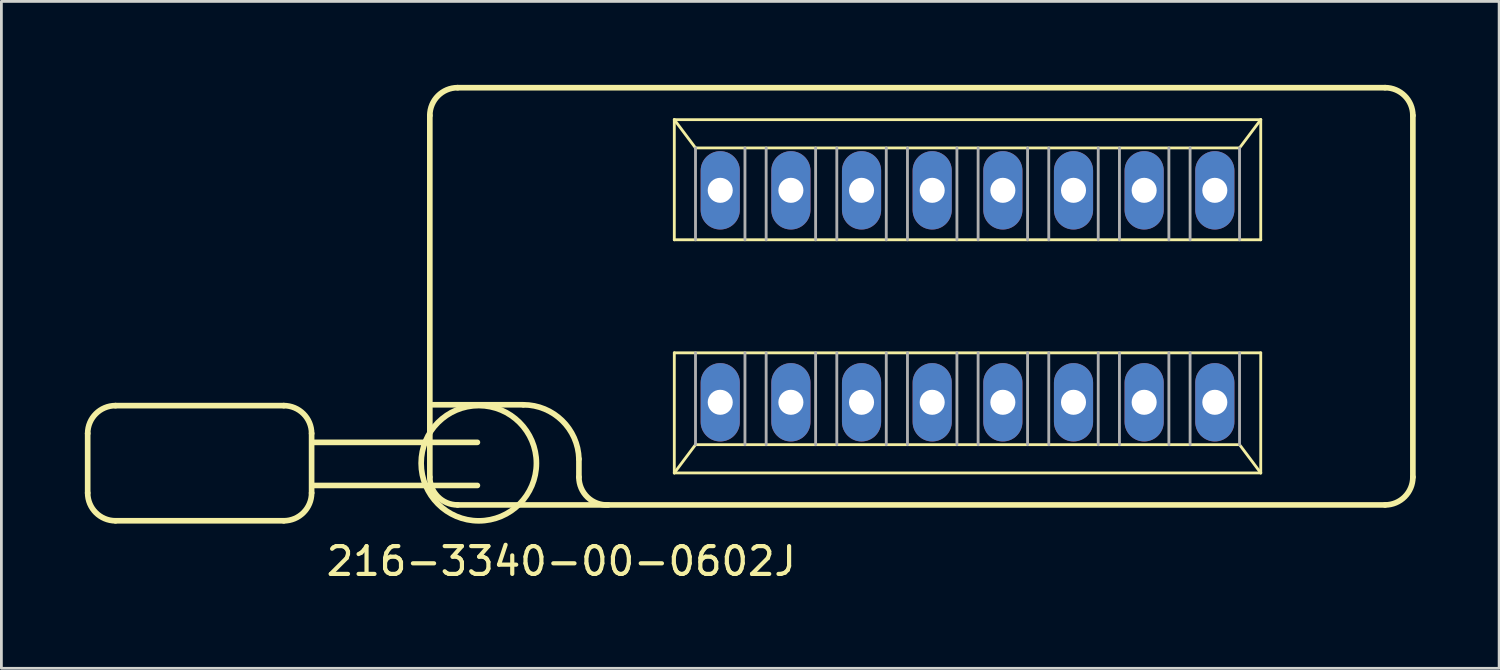
<source format=kicad_pcb>
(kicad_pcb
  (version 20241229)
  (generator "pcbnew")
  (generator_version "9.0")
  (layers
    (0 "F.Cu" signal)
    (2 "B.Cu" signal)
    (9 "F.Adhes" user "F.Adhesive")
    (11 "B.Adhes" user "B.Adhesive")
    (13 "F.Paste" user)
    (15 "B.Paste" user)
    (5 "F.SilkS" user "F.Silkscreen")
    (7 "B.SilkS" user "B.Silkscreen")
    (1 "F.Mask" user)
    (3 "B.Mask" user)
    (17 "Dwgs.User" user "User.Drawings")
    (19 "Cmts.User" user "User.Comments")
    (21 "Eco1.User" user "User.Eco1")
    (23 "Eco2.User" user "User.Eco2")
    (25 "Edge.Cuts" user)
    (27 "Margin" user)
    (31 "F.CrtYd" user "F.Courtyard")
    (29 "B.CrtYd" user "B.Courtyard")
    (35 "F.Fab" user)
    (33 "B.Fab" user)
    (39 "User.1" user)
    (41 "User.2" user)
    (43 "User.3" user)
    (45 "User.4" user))
  (footprint "216-3340-00-0602J"
    (layer "F.Cu")
    (at 31.732 7.602)
    (property "Reference" "216-3340-00-0602J" (at -14.605 9.525 0) (layer "F.SilkS") (effects (font (size 1 1) (thickness 0.15))))
    (attr through_hole)
    (fp_line (start -31.63 4.93) (end -31.63 7.07) (stroke (width 0.203) (type solid)) (layer "F.SilkS"))
    (fp_line (start -30.63 3.93) (end -24.58 3.93) (stroke (width 0.203) (type solid)) (layer "F.SilkS"))
    (fp_line (start -24.58 8.07) (end -30.63 8.07) (stroke (width 0.203) (type solid)) (layer "F.SilkS"))
    (fp_line (start -23.58 4.93) (end -23.58 7.07) (stroke (width 0.203) (type solid)) (layer "F.SilkS"))
    (fp_line (start -19.33 6.5) (end -19.33 -6.5) (stroke (width 0.203) (type solid)) (layer "F.SilkS"))
    (fp_line (start -19.22 3.9) (end -15.97 3.9) (stroke (width 0.203) (type solid)) (layer "F.SilkS"))
    (fp_line (start -18.33 -7.5) (end 15.01 -7.5) (stroke (width 0.203) (type solid)) (layer "F.SilkS"))
    (fp_line (start -17.62 5.25) (end -23.53 5.25) (stroke (width 0.203) (type solid)) (layer "F.SilkS"))
    (fp_line (start -17.62 6.8) (end -23.53 6.8) (stroke (width 0.203) (type solid)) (layer "F.SilkS"))
    (fp_line (start -13.97 5.85) (end -13.97 6.5) (stroke (width 0.203) (type solid)) (layer "F.SilkS"))
    (fp_line (start -10.541 -6.35) (end 10.541 -6.35) (stroke (width 0.102) (type solid)) (layer "F.SilkS"))
    (fp_line (start -10.541 -2.032) (end -10.541 -6.35) (stroke (width 0.102) (type solid)) (layer "F.SilkS"))
    (fp_line (start -10.541 2.032) (end 10.541 2.032) (stroke (width 0.102) (type solid)) (layer "F.SilkS"))
    (fp_line (start -10.541 6.35) (end -10.541 2.032) (stroke (width 0.102) (type solid)) (layer "F.SilkS"))
    (fp_line (start -10.541 6.35) (end -9.779 5.334) (stroke (width 0.102) (type solid)) (layer "F.SilkS"))
    (fp_line (start -9.779 -5.334) (end -10.541 -6.35) (stroke (width 0.102) (type solid)) (layer "F.SilkS"))
    (fp_line (start -9.779 5.334) (end 9.779 5.334) (stroke (width 0.102) (type solid)) (layer "F.SilkS"))
    (fp_line (start 9.779 -5.334) (end -9.779 -5.334) (stroke (width 0.102) (type solid)) (layer "F.SilkS"))
    (fp_line (start 9.779 5.334) (end 10.541 6.35) (stroke (width 0.102) (type solid)) (layer "F.SilkS"))
    (fp_line (start 10.541 -6.35) (end 9.779 -5.334) (stroke (width 0.102) (type solid)) (layer "F.SilkS"))
    (fp_line (start 10.541 -6.35) (end 10.541 -2.032) (stroke (width 0.102) (type solid)) (layer "F.SilkS"))
    (fp_line (start 10.541 -2.032) (end -10.541 -2.032) (stroke (width 0.102) (type solid)) (layer "F.SilkS"))
    (fp_line (start 10.541 2.032) (end 10.541 6.35) (stroke (width 0.102) (type solid)) (layer "F.SilkS"))
    (fp_line (start 10.541 6.35) (end -10.541 6.35) (stroke (width 0.102) (type solid)) (layer "F.SilkS"))
    (fp_line (start 15.01 7.5) (end -18.33 7.5) (stroke (width 0.203) (type solid)) (layer "F.SilkS"))
    (fp_line (start 16.01 -6.5) (end 16.01 6.5) (stroke (width 0.203) (type solid)) (layer "F.SilkS"))
    (fp_arc (start -31.63 4.93) (mid -31.337107 4.222893) (end -30.63 3.93) (stroke (width 0.2032) (type solid)) (layer "F.SilkS"))
    (fp_arc (start -30.63 8.07) (mid -31.337107 7.777107) (end -31.63 7.07) (stroke (width 0.2032) (type solid)) (layer "F.SilkS"))
    (fp_arc (start -24.58 3.93) (mid -23.872893 4.222893) (end -23.58 4.93) (stroke (width 0.2032) (type solid)) (layer "F.SilkS"))
    (fp_arc (start -23.58 7.07) (mid -23.872893 7.777107) (end -24.58 8.07) (stroke (width 0.2032) (type solid)) (layer "F.SilkS"))
    (fp_arc (start -19.33 -6.5) (mid -19.037107 -7.207107) (end -18.33 -7.5) (stroke (width 0.2032) (type solid)) (layer "F.SilkS"))
    (fp_arc (start -18.33 7.5) (mid -19.037107 7.207107) (end -19.33 6.5) (stroke (width 0.2032) (type solid)) (layer "F.SilkS"))
    (fp_arc (start -15.97 3.9) (mid -14.573341 4.46817) (end -13.97 5.85) (stroke (width 0.2032) (type solid)) (layer "F.SilkS"))
    (fp_arc (start -12.92 7.5) (mid -13.659286 7.225) (end -13.97 6.5) (stroke (width 0.2032) (type solid)) (layer "F.SilkS"))
    (fp_arc (start 15.01 -7.5) (mid 15.717107 -7.207107) (end 16.01 -6.5) (stroke (width 0.2032) (type solid)) (layer "F.SilkS"))
    (fp_arc (start 16.01 6.5) (mid 15.717107 7.207107) (end 15.01 7.5) (stroke (width 0.2032) (type solid)) (layer "F.SilkS"))
    (fp_circle (center -17.57 6) (end -15.498 6) (stroke (width 0.203) (type solid)) (fill no) (layer "F.SilkS"))
    (fp_line (start -9.779 -5.334) (end -9.779 -2.032) (stroke (width 0.102) (type solid)) (layer "F.Fab"))
    (fp_line (start -9.779 2.032) (end -9.779 5.334) (stroke (width 0.102) (type solid)) (layer "F.Fab"))
    (fp_line (start -8.001 -2.032) (end -8.001 -5.334) (stroke (width 0.102) (type solid)) (layer "F.Fab"))
    (fp_line (start -8.001 2.032) (end -8.001 5.334) (stroke (width 0.102) (type solid)) (layer "F.Fab"))
    (fp_line (start -7.239 -2.032) (end -7.239 -5.334) (stroke (width 0.102) (type solid)) (layer "F.Fab"))
    (fp_line (start -7.239 2.032) (end -7.239 5.334) (stroke (width 0.102) (type solid)) (layer "F.Fab"))
    (fp_line (start -5.461 -2.032) (end -5.461 -5.334) (stroke (width 0.102) (type solid)) (layer "F.Fab"))
    (fp_line (start -5.461 2.032) (end -5.461 5.334) (stroke (width 0.102) (type solid)) (layer "F.Fab"))
    (fp_line (start -4.699 -2.032) (end -4.699 -5.334) (stroke (width 0.102) (type solid)) (layer "F.Fab"))
    (fp_line (start -4.699 2.032) (end -4.699 5.334) (stroke (width 0.102) (type solid)) (layer "F.Fab"))
    (fp_line (start -2.921 -2.032) (end -2.921 -5.334) (stroke (width 0.102) (type solid)) (layer "F.Fab"))
    (fp_line (start -2.921 2.032) (end -2.921 5.334) (stroke (width 0.102) (type solid)) (layer "F.Fab"))
    (fp_line (start -2.159 -2.032) (end -2.159 -5.334) (stroke (width 0.102) (type solid)) (layer "F.Fab"))
    (fp_line (start -2.159 2.032) (end -2.159 5.334) (stroke (width 0.102) (type solid)) (layer "F.Fab"))
    (fp_line (start -0.381 -2.032) (end -0.381 -5.334) (stroke (width 0.102) (type solid)) (layer "F.Fab"))
    (fp_line (start -0.381 2.032) (end -0.381 5.334) (stroke (width 0.102) (type solid)) (layer "F.Fab"))
    (fp_line (start 0.381 -2.032) (end 0.381 -5.334) (stroke (width 0.102) (type solid)) (layer "F.Fab"))
    (fp_line (start 0.381 2.032) (end 0.381 5.334) (stroke (width 0.102) (type solid)) (layer "F.Fab"))
    (fp_line (start 2.159 -2.032) (end 2.159 -5.334) (stroke (width 0.102) (type solid)) (layer "F.Fab"))
    (fp_line (start 2.159 2.032) (end 2.159 5.334) (stroke (width 0.102) (type solid)) (layer "F.Fab"))
    (fp_line (start 2.921 -2.032) (end 2.921 -5.334) (stroke (width 0.102) (type solid)) (layer "F.Fab"))
    (fp_line (start 2.921 2.032) (end 2.921 5.334) (stroke (width 0.102) (type solid)) (layer "F.Fab"))
    (fp_line (start 4.699 -2.032) (end 4.699 -5.334) (stroke (width 0.102) (type solid)) (layer "F.Fab"))
    (fp_line (start 4.699 2.032) (end 4.699 5.334) (stroke (width 0.102) (type solid)) (layer "F.Fab"))
    (fp_line (start 5.461 -2.032) (end 5.461 -5.334) (stroke (width 0.102) (type solid)) (layer "F.Fab"))
    (fp_line (start 5.461 2.032) (end 5.461 5.334) (stroke (width 0.102) (type solid)) (layer "F.Fab"))
    (fp_line (start 7.239 -2.032) (end 7.239 -5.334) (stroke (width 0.102) (type solid)) (layer "F.Fab"))
    (fp_line (start 7.239 2.032) (end 7.239 5.334) (stroke (width 0.102) (type solid)) (layer "F.Fab"))
    (fp_line (start 8.001 -2.032) (end 8.001 -5.334) (stroke (width 0.102) (type solid)) (layer "F.Fab"))
    (fp_line (start 8.001 2.032) (end 8.001 5.334) (stroke (width 0.102) (type solid)) (layer "F.Fab"))
    (fp_line (start 9.779 -2.032) (end 9.779 -5.334) (stroke (width 0.102) (type solid)) (layer "F.Fab"))
    (fp_line (start 9.779 5.334) (end 9.779 2.032) (stroke (width 0.102) (type solid)) (layer "F.Fab"))
    (pad "1" thru_hole oval (at -8.89 3.81) (size 1.408 2.816) (drill 0.9) (layers "*.Cu" "*.Mask"))
    (pad "2" thru_hole oval (at -6.35 3.81) (size 1.408 2.816) (drill 0.9) (layers "*.Cu" "*.Mask"))
    (pad "3" thru_hole oval (at -3.81 3.81) (size 1.408 2.816) (drill 0.9) (layers "*.Cu" "*.Mask"))
    (pad "4" thru_hole oval (at -1.27 3.81) (size 1.408 2.816) (drill 0.9) (layers "*.Cu" "*.Mask"))
    (pad "5" thru_hole oval (at 1.27 3.81) (size 1.408 2.816) (drill 0.9) (layers "*.Cu" "*.Mask"))
    (pad "6" thru_hole oval (at 3.81 3.81) (size 1.408 2.816) (drill 0.9) (layers "*.Cu" "*.Mask"))
    (pad "7" thru_hole oval (at 6.35 3.81) (size 1.408 2.816) (drill 0.9) (layers "*.Cu" "*.Mask"))
    (pad "8" thru_hole oval (at 8.89 3.81) (size 1.408 2.816) (drill 0.9) (layers "*.Cu" "*.Mask"))
    (pad "9" thru_hole oval (at 8.89 -3.81) (size 1.408 2.816) (drill 0.9) (layers "*.Cu" "*.Mask"))
    (pad "10" thru_hole oval (at 6.35 -3.81) (size 1.408 2.816) (drill 0.9) (layers "*.Cu" "*.Mask"))
    (pad "11" thru_hole oval (at 3.81 -3.81) (size 1.408 2.816) (drill 0.9) (layers "*.Cu" "*.Mask"))
    (pad "12" thru_hole oval (at 1.27 -3.81) (size 1.408 2.816) (drill 0.9) (layers "*.Cu" "*.Mask"))
    (pad "13" thru_hole oval (at -1.27 -3.81) (size 1.408 2.816) (drill 0.9) (layers "*.Cu" "*.Mask"))
    (pad "14" thru_hole oval (at -3.81 -3.81) (size 1.408 2.816) (drill 0.9) (layers "*.Cu" "*.Mask"))
    (pad "15" thru_hole oval (at -6.35 -3.81) (size 1.408 2.816) (drill 0.9) (layers "*.Cu" "*.Mask"))
    (pad "16" thru_hole oval (at -8.89 -3.81) (size 1.408 2.816) (drill 0.9) (layers "*.Cu" "*.Mask")))
  (gr_rect
    (start -3 -3)
    (end 50.843 20.975)
    (stroke (width 0.1) (type default))
    (fill no)
    (layer "Edge.Cuts")))
</source>
